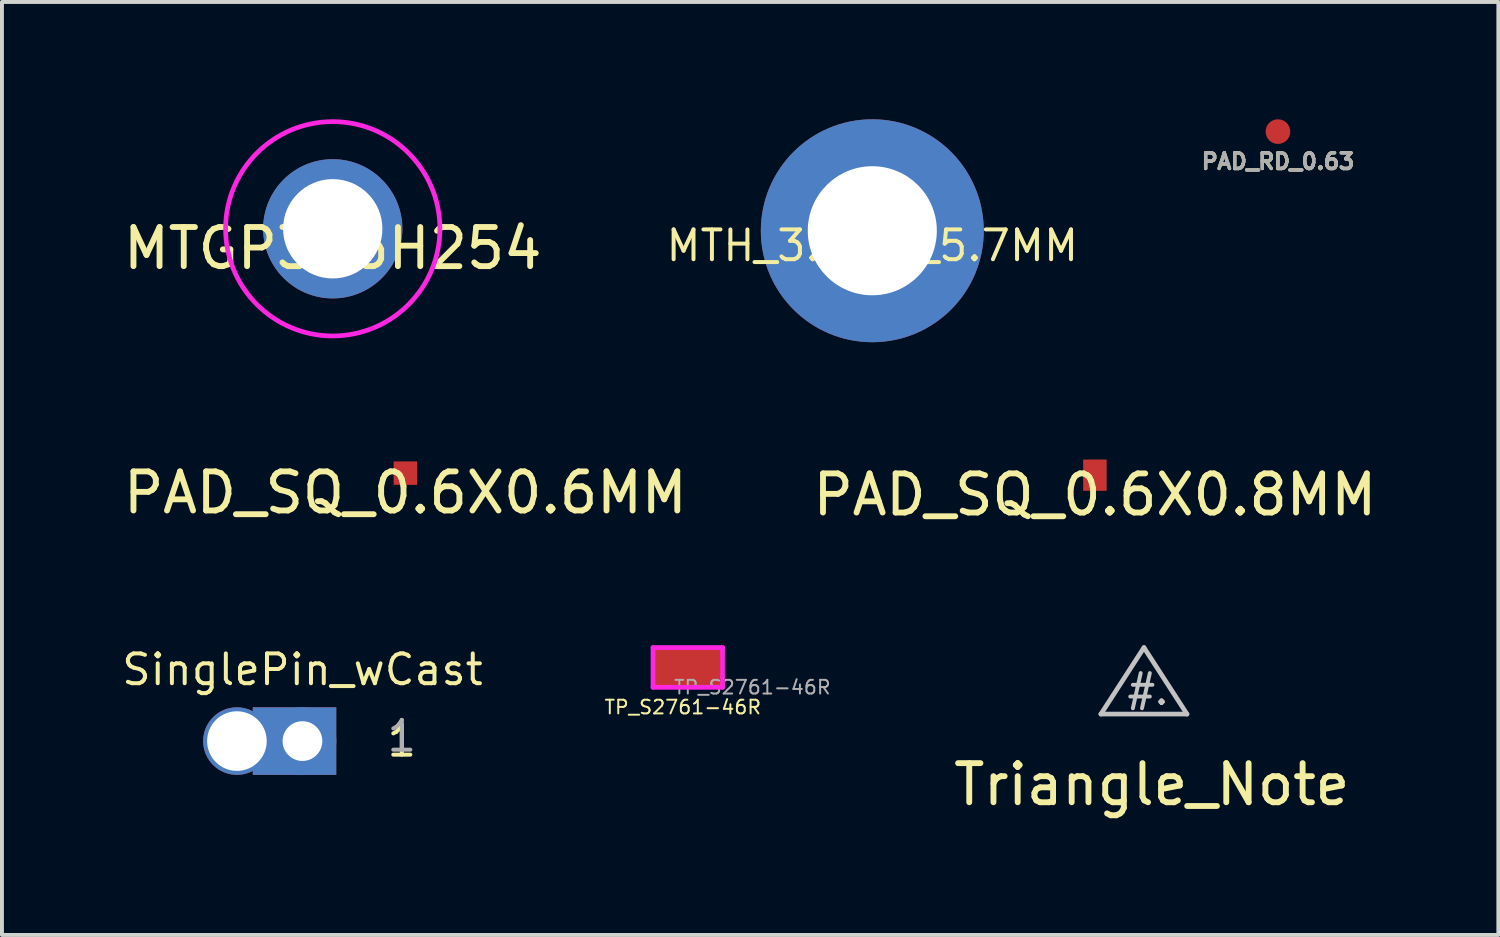
<source format=kicad_pcb>
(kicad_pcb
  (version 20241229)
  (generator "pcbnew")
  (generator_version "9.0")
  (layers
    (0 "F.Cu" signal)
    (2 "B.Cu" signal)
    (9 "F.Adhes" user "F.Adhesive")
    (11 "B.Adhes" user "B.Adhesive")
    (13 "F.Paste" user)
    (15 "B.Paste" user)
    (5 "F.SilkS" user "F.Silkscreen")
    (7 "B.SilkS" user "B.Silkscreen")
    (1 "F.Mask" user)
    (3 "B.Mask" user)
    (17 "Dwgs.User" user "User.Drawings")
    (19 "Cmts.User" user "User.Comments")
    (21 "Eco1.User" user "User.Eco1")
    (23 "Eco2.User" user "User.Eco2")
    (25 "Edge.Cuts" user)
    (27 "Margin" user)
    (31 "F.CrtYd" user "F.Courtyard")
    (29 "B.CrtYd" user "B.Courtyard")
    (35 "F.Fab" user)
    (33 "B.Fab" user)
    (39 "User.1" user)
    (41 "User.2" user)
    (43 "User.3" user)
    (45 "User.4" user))
  (footprint "SinglePin_wCast"
    (layer "F.Cu")
    (at 4.684 15.899)
    (property "Reference" "SinglePin_wCast" (at 0 -1.827 0) (layer "F.SilkS") (effects (font (size 0.762 0.762) (thickness 0.102))))
    (attr through_hole)
    (fp_text user "1" (at 2.54 0 0) (layer "F.SilkS") (effects (font (size 0.762 0.762) (thickness 0.102))))
    (fp_text user "1" (at 2.54 -0.127 0) (layer "F.Fab") (effects (font (size 0.762 0.762) (thickness 0.102))))
    (pad "1" thru_hole circle (at -1.676 0) (size 1.727 1.727) (drill 1.524) (layers "*.Cu" "*.Mask"))
    (pad "1" smd rect (at -0.203 0) (size 2.134 1.727) (layers "F.Cu" "F.Mask"))
    (pad "1" smd rect (at -0.203 0) (size 2.134 1.727) (layers "B.Cu" "B.Mask" "B.Paste"))
    (pad "1" thru_hole circle (at 0 0) (size 1.727 1.727) (drill 1.016) (layers "*.Cu" "*.Mask")))
  (footprint "TP_S2761-46R"
    (layer "F.Cu")
    (at 14.536 14.016)
    (property "Reference" "TP_S2761-46R" (at -0.127 1.016 0) (layer "F.SilkS") (effects (font (size 0.35 0.35) (thickness 0.05))))
    (attr smd)
    (fp_line (start -0.889 -0.508) (end -0.889 0.508) (stroke (width 0.12) (type solid)) (layer "F.CrtYd"))
    (fp_line (start -0.889 0.508) (end 0.889 0.508) (stroke (width 0.12) (type solid)) (layer "F.CrtYd"))
    (fp_line (start 0.889 -0.508) (end -0.889 -0.508) (stroke (width 0.12) (type solid)) (layer "F.CrtYd"))
    (fp_line (start 0.889 0.508) (end 0.889 -0.508) (stroke (width 0.12) (type solid)) (layer "F.CrtYd"))
    (fp_text user "${REFERENCE}" (at 1.651 0.508 0) (layer "F.Fab") (effects (font (size 0.35 0.35) (thickness 0.05))))
    (pad "1" smd rect (at 0 0) (size 1.8 1) (layers "F.Cu" "F.Mask" "F.Paste")))
  (footprint "PAD_SQ_0.6X0.6MM"
    (layer "F.Cu")
    (at 7.315 9.048)
    (property "Reference" "PAD_SQ_0.6X0.6MM" (at 0 0.5 0) (layer "F.SilkS") (effects (font (size 1 1) (thickness 0.15))))
    (attr smd)
    (pad "1" smd rect (at 0 0) (size 0.6 0.6) (layers "F.Cu" "F.Mask" "F.Paste")))
  (footprint "MTGP356H254"
    (layer "F.Cu")
    (at 5.458 2.8)
    (property "Reference" "MTGP356H254" (at 0 0.5 0) (layer "F.SilkS") (effects (font (size 1 1) (thickness 0.15))))
    (attr through_hole)
    (fp_circle (center 0 0) (end 2.74 0) (stroke (width 0.12) (type solid)) (fill no) (layer "F.CrtYd"))
    (pad "1" thru_hole circle (at 0 0) (size 3.56 3.56) (drill 2.54) (layers "*.Cu" "*.Mask")))
  (footprint "PAD_SQ_0.6X0.8MM"
    (layer "F.Cu")
    (at 24.946 9.1)
    (property "Reference" "PAD_SQ_0.6X0.8MM" (at 0 0.5 0) (layer "F.SilkS") (effects (font (size 1 1) (thickness 0.15))))
    (attr through_hole)
    (pad "1" smd rect (at 0 0) (size 0.6 0.8) (layers "F.Cu" "F.Mask" "F.Paste")))
  (footprint "MTH_3.3MM_5.7MM"
    (layer "F.Cu")
    (at 19.254 2.85)
    (property "Reference" "MTH_3.3MM_5.7MM" (at 0 0.381 0) (layer "F.SilkS") (effects (font (size 0.762 0.762) (thickness 0.102))))
    (attr through_hole)
    (pad "1" thru_hole circle (at 0 0) (size 5.7 5.7) (drill 3.3) (layers "*.Cu" "*.Mask")))
  (footprint "PAD_RD_0.63"
    (layer "F.Cu")
    (at 29.626 0.315)
    (property "Reference" "PAD_RD_0.63" (at 0 0.762 0) (layer "F.SilkS") (effects (font (size 0.4 0.4) (thickness 0.087))))
    (attr smd)
    (fp_text user "${REFERENCE}" (at 0 0.762 0) (layer "F.Fab") (effects (font (size 0.4 0.4) (thickness 0.087))))
    (pad "1" smd circle (at 0 0) (size 0.63 0.63) (layers "F.Cu" "F.Mask" "F.Paste")))
  (footprint "Triangle_Note"
    (layer "F.Cu")
    (at 26.2 15.308)
    (property "Reference" "Triangle_Note" (at 0.2 1.7 0) (layer "F.SilkS") (effects (font (size 1 1) (thickness 0.15))))
    (attr exclude_from_pos_files exclude_from_bom)
    (fp_line (start -1.1 -0.1) (end 1.1 -0.1) (stroke (width 0.12) (type solid)) (layer "Dwgs.User"))
    (fp_line (start 0 -1.8) (end -1.1 -0.1) (stroke (width 0.12) (type solid)) (layer "Dwgs.User"))
    (fp_line (start 1.1 -0.1) (end 0 -1.8) (stroke (width 0.12) (type solid)) (layer "Dwgs.User"))
    (fp_text user "#." (at 0.1 -0.7 0) (layer "Dwgs.User") (effects (font (size 0.7 0.7) (thickness 0.1)))))
  (gr_rect
    (start -3 -3)
    (end 35.262 20.857)
    (stroke (width 0.1) (type default))
    (fill no)
    (layer "Edge.Cuts")))
</source>
